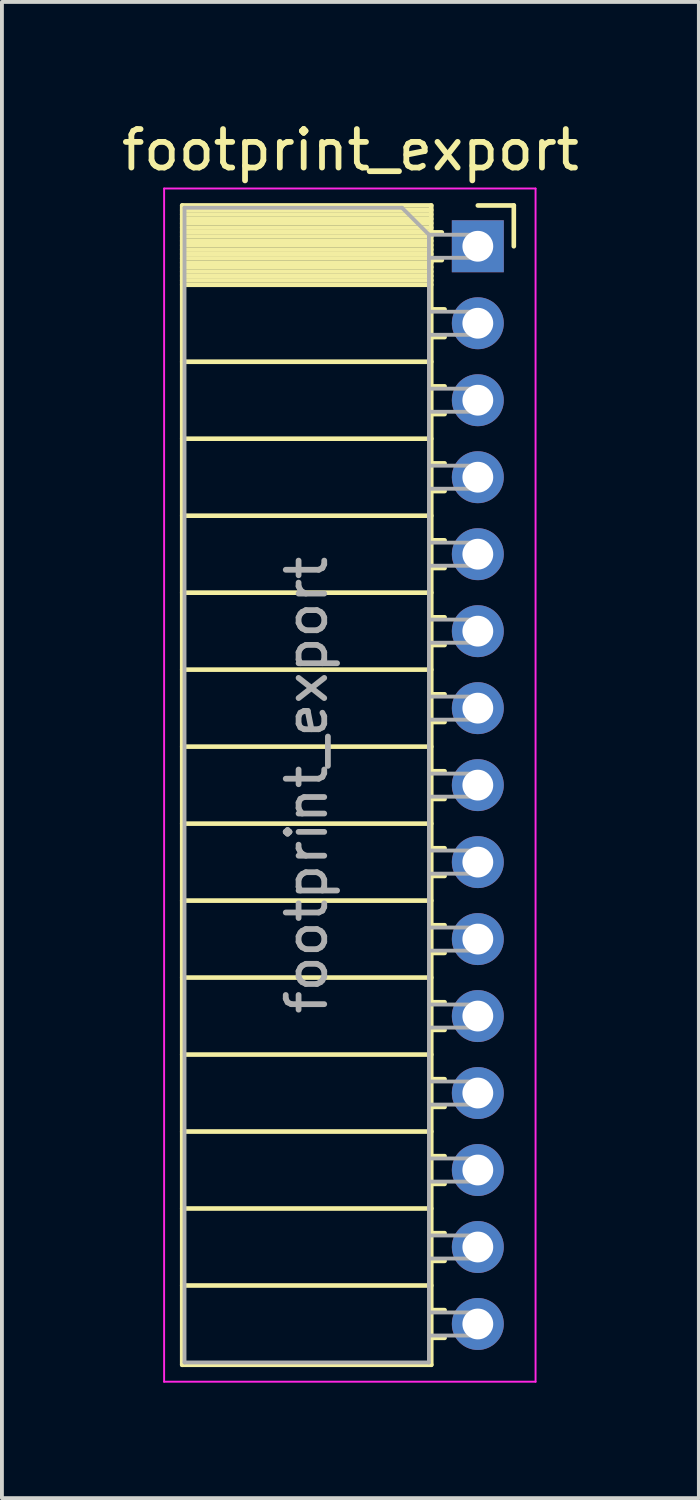
<source format=kicad_pcb>
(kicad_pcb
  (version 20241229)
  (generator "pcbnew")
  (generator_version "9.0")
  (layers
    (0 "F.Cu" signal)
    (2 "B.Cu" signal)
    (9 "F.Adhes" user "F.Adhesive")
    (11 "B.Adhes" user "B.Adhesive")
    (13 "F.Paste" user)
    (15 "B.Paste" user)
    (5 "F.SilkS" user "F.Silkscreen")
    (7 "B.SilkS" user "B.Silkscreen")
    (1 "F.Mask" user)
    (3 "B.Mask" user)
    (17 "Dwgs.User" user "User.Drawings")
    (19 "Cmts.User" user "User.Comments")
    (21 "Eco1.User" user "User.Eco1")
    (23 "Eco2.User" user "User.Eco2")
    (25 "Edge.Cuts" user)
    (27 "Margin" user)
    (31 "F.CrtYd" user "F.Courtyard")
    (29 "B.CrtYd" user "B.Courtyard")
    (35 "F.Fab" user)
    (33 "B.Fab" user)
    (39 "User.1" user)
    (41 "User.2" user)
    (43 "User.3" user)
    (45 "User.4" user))
  (footprint "footprint_export"
    (layer "F.Cu")
    (at 9.364 3.348)
    (property "Reference" "footprint_export" (at -3.31 -2.5 0) (layer "F.SilkS") (effects (font (size 1 1) (thickness 0.15))))
    (attr through_hole)
    (fp_line (start -7.68 -1.06) (end -7.68 29.06) (stroke (width 0.12) (type solid)) (layer "F.SilkS"))
    (fp_line (start -7.68 -1.06) (end -1.21 -1.06) (stroke (width 0.12) (type solid)) (layer "F.SilkS"))
    (fp_line (start -7.68 -0.94) (end -1.21 -0.94) (stroke (width 0.12) (type solid)) (layer "F.SilkS"))
    (fp_line (start -7.68 -0.826) (end -1.21 -0.826) (stroke (width 0.12) (type solid)) (layer "F.SilkS"))
    (fp_line (start -7.68 -0.712) (end -1.21 -0.712) (stroke (width 0.12) (type solid)) (layer "F.SilkS"))
    (fp_line (start -7.68 -0.598) (end -1.21 -0.598) (stroke (width 0.12) (type solid)) (layer "F.SilkS"))
    (fp_line (start -7.68 -0.484) (end -1.21 -0.484) (stroke (width 0.12) (type solid)) (layer "F.SilkS"))
    (fp_line (start -7.68 -0.369) (end -1.21 -0.369) (stroke (width 0.12) (type solid)) (layer "F.SilkS"))
    (fp_line (start -7.68 -0.255) (end -1.21 -0.255) (stroke (width 0.12) (type solid)) (layer "F.SilkS"))
    (fp_line (start -7.68 -0.141) (end -1.21 -0.141) (stroke (width 0.12) (type solid)) (layer "F.SilkS"))
    (fp_line (start -7.68 -0.027) (end -1.21 -0.027) (stroke (width 0.12) (type solid)) (layer "F.SilkS"))
    (fp_line (start -7.68 0.087) (end -1.21 0.087) (stroke (width 0.12) (type solid)) (layer "F.SilkS"))
    (fp_line (start -7.68 0.201) (end -1.21 0.201) (stroke (width 0.12) (type solid)) (layer "F.SilkS"))
    (fp_line (start -7.68 0.315) (end -1.21 0.315) (stroke (width 0.12) (type solid)) (layer "F.SilkS"))
    (fp_line (start -7.68 0.429) (end -1.21 0.429) (stroke (width 0.12) (type solid)) (layer "F.SilkS"))
    (fp_line (start -7.68 0.544) (end -1.21 0.544) (stroke (width 0.12) (type solid)) (layer "F.SilkS"))
    (fp_line (start -7.68 0.658) (end -1.21 0.658) (stroke (width 0.12) (type solid)) (layer "F.SilkS"))
    (fp_line (start -7.68 0.772) (end -1.21 0.772) (stroke (width 0.12) (type solid)) (layer "F.SilkS"))
    (fp_line (start -7.68 0.886) (end -1.21 0.886) (stroke (width 0.12) (type solid)) (layer "F.SilkS"))
    (fp_line (start -7.68 1) (end -1.21 1) (stroke (width 0.12) (type solid)) (layer "F.SilkS"))
    (fp_line (start -7.68 3) (end -1.21 3) (stroke (width 0.12) (type solid)) (layer "F.SilkS"))
    (fp_line (start -7.68 5) (end -1.21 5) (stroke (width 0.12) (type solid)) (layer "F.SilkS"))
    (fp_line (start -7.68 7) (end -1.21 7) (stroke (width 0.12) (type solid)) (layer "F.SilkS"))
    (fp_line (start -7.68 9) (end -1.21 9) (stroke (width 0.12) (type solid)) (layer "F.SilkS"))
    (fp_line (start -7.68 11) (end -1.21 11) (stroke (width 0.12) (type solid)) (layer "F.SilkS"))
    (fp_line (start -7.68 13) (end -1.21 13) (stroke (width 0.12) (type solid)) (layer "F.SilkS"))
    (fp_line (start -7.68 15) (end -1.21 15) (stroke (width 0.12) (type solid)) (layer "F.SilkS"))
    (fp_line (start -7.68 17) (end -1.21 17) (stroke (width 0.12) (type solid)) (layer "F.SilkS"))
    (fp_line (start -7.68 19) (end -1.21 19) (stroke (width 0.12) (type solid)) (layer "F.SilkS"))
    (fp_line (start -7.68 21) (end -1.21 21) (stroke (width 0.12) (type solid)) (layer "F.SilkS"))
    (fp_line (start -7.68 23) (end -1.21 23) (stroke (width 0.12) (type solid)) (layer "F.SilkS"))
    (fp_line (start -7.68 25) (end -1.21 25) (stroke (width 0.12) (type solid)) (layer "F.SilkS"))
    (fp_line (start -7.68 27) (end -1.21 27) (stroke (width 0.12) (type solid)) (layer "F.SilkS"))
    (fp_line (start -7.68 29.06) (end -1.21 29.06) (stroke (width 0.12) (type solid)) (layer "F.SilkS"))
    (fp_line (start -1.21 -1.06) (end -1.21 29.06) (stroke (width 0.12) (type solid)) (layer "F.SilkS"))
    (fp_line (start -1.21 -0.36) (end -0.935 -0.36) (stroke (width 0.12) (type solid)) (layer "F.SilkS"))
    (fp_line (start -1.21 0.36) (end -0.935 0.36) (stroke (width 0.12) (type solid)) (layer "F.SilkS"))
    (fp_line (start -1.21 1.64) (end -0.863 1.64) (stroke (width 0.12) (type solid)) (layer "F.SilkS"))
    (fp_line (start -1.21 2.36) (end -0.863 2.36) (stroke (width 0.12) (type solid)) (layer "F.SilkS"))
    (fp_line (start -1.21 3.64) (end -0.863 3.64) (stroke (width 0.12) (type solid)) (layer "F.SilkS"))
    (fp_line (start -1.21 4.36) (end -0.863 4.36) (stroke (width 0.12) (type solid)) (layer "F.SilkS"))
    (fp_line (start -1.21 5.64) (end -0.863 5.64) (stroke (width 0.12) (type solid)) (layer "F.SilkS"))
    (fp_line (start -1.21 6.36) (end -0.863 6.36) (stroke (width 0.12) (type solid)) (layer "F.SilkS"))
    (fp_line (start -1.21 7.64) (end -0.863 7.64) (stroke (width 0.12) (type solid)) (layer "F.SilkS"))
    (fp_line (start -1.21 8.36) (end -0.863 8.36) (stroke (width 0.12) (type solid)) (layer "F.SilkS"))
    (fp_line (start -1.21 9.64) (end -0.863 9.64) (stroke (width 0.12) (type solid)) (layer "F.SilkS"))
    (fp_line (start -1.21 10.36) (end -0.863 10.36) (stroke (width 0.12) (type solid)) (layer "F.SilkS"))
    (fp_line (start -1.21 11.64) (end -0.863 11.64) (stroke (width 0.12) (type solid)) (layer "F.SilkS"))
    (fp_line (start -1.21 12.36) (end -0.863 12.36) (stroke (width 0.12) (type solid)) (layer "F.SilkS"))
    (fp_line (start -1.21 13.64) (end -0.863 13.64) (stroke (width 0.12) (type solid)) (layer "F.SilkS"))
    (fp_line (start -1.21 14.36) (end -0.863 14.36) (stroke (width 0.12) (type solid)) (layer "F.SilkS"))
    (fp_line (start -1.21 15.64) (end -0.863 15.64) (stroke (width 0.12) (type solid)) (layer "F.SilkS"))
    (fp_line (start -1.21 16.36) (end -0.863 16.36) (stroke (width 0.12) (type solid)) (layer "F.SilkS"))
    (fp_line (start -1.21 17.64) (end -0.863 17.64) (stroke (width 0.12) (type solid)) (layer "F.SilkS"))
    (fp_line (start -1.21 18.36) (end -0.863 18.36) (stroke (width 0.12) (type solid)) (layer "F.SilkS"))
    (fp_line (start -1.21 19.64) (end -0.863 19.64) (stroke (width 0.12) (type solid)) (layer "F.SilkS"))
    (fp_line (start -1.21 20.36) (end -0.863 20.36) (stroke (width 0.12) (type solid)) (layer "F.SilkS"))
    (fp_line (start -1.21 21.64) (end -0.863 21.64) (stroke (width 0.12) (type solid)) (layer "F.SilkS"))
    (fp_line (start -1.21 22.36) (end -0.863 22.36) (stroke (width 0.12) (type solid)) (layer "F.SilkS"))
    (fp_line (start -1.21 23.64) (end -0.863 23.64) (stroke (width 0.12) (type solid)) (layer "F.SilkS"))
    (fp_line (start -1.21 24.36) (end -0.863 24.36) (stroke (width 0.12) (type solid)) (layer "F.SilkS"))
    (fp_line (start -1.21 25.64) (end -0.863 25.64) (stroke (width 0.12) (type solid)) (layer "F.SilkS"))
    (fp_line (start -1.21 26.36) (end -0.863 26.36) (stroke (width 0.12) (type solid)) (layer "F.SilkS"))
    (fp_line (start -1.21 27.64) (end -0.863 27.64) (stroke (width 0.12) (type solid)) (layer "F.SilkS"))
    (fp_line (start -1.21 28.36) (end -0.863 28.36) (stroke (width 0.12) (type solid)) (layer "F.SilkS"))
    (fp_line (start 0 -1.06) (end 0.935 -1.06) (stroke (width 0.12) (type solid)) (layer "F.SilkS"))
    (fp_line (start 0.935 -1.06) (end 0.935 0) (stroke (width 0.12) (type solid)) (layer "F.SilkS"))
    (fp_line (start -8.15 -1.5) (end -8.15 29.5) (stroke (width 0.05) (type solid)) (layer "F.CrtYd"))
    (fp_line (start -8.15 29.5) (end 1.5 29.5) (stroke (width 0.05) (type solid)) (layer "F.CrtYd"))
    (fp_line (start 1.5 -1.5) (end -8.15 -1.5) (stroke (width 0.05) (type solid)) (layer "F.CrtYd"))
    (fp_line (start 1.5 29.5) (end 1.5 -1.5) (stroke (width 0.05) (type solid)) (layer "F.CrtYd"))
    (fp_line (start -7.62 -1) (end -1.97 -1) (stroke (width 0.1) (type solid)) (layer "F.Fab"))
    (fp_line (start -7.62 29) (end -7.62 -1) (stroke (width 0.1) (type solid)) (layer "F.Fab"))
    (fp_line (start -1.97 -1) (end -1.27 -0.3) (stroke (width 0.1) (type solid)) (layer "F.Fab"))
    (fp_line (start -1.27 -0.3) (end -1.27 29) (stroke (width 0.1) (type solid)) (layer "F.Fab"))
    (fp_line (start -1.27 0.3) (end 0 0.3) (stroke (width 0.1) (type solid)) (layer "F.Fab"))
    (fp_line (start -1.27 2.3) (end 0 2.3) (stroke (width 0.1) (type solid)) (layer "F.Fab"))
    (fp_line (start -1.27 4.3) (end 0 4.3) (stroke (width 0.1) (type solid)) (layer "F.Fab"))
    (fp_line (start -1.27 6.3) (end 0 6.3) (stroke (width 0.1) (type solid)) (layer "F.Fab"))
    (fp_line (start -1.27 8.3) (end 0 8.3) (stroke (width 0.1) (type solid)) (layer "F.Fab"))
    (fp_line (start -1.27 10.3) (end 0 10.3) (stroke (width 0.1) (type solid)) (layer "F.Fab"))
    (fp_line (start -1.27 12.3) (end 0 12.3) (stroke (width 0.1) (type solid)) (layer "F.Fab"))
    (fp_line (start -1.27 14.3) (end 0 14.3) (stroke (width 0.1) (type solid)) (layer "F.Fab"))
    (fp_line (start -1.27 16.3) (end 0 16.3) (stroke (width 0.1) (type solid)) (layer "F.Fab"))
    (fp_line (start -1.27 18.3) (end 0 18.3) (stroke (width 0.1) (type solid)) (layer "F.Fab"))
    (fp_line (start -1.27 20.3) (end 0 20.3) (stroke (width 0.1) (type solid)) (layer "F.Fab"))
    (fp_line (start -1.27 22.3) (end 0 22.3) (stroke (width 0.1) (type solid)) (layer "F.Fab"))
    (fp_line (start -1.27 24.3) (end 0 24.3) (stroke (width 0.1) (type solid)) (layer "F.Fab"))
    (fp_line (start -1.27 26.3) (end 0 26.3) (stroke (width 0.1) (type solid)) (layer "F.Fab"))
    (fp_line (start -1.27 28.3) (end 0 28.3) (stroke (width 0.1) (type solid)) (layer "F.Fab"))
    (fp_line (start -1.27 29) (end -7.62 29) (stroke (width 0.1) (type solid)) (layer "F.Fab"))
    (fp_line (start 0 -0.3) (end -1.27 -0.3) (stroke (width 0.1) (type solid)) (layer "F.Fab"))
    (fp_line (start 0 0.3) (end 0 -0.3) (stroke (width 0.1) (type solid)) (layer "F.Fab"))
    (fp_line (start 0 1.7) (end -1.27 1.7) (stroke (width 0.1) (type solid)) (layer "F.Fab"))
    (fp_line (start 0 2.3) (end 0 1.7) (stroke (width 0.1) (type solid)) (layer "F.Fab"))
    (fp_line (start 0 3.7) (end -1.27 3.7) (stroke (width 0.1) (type solid)) (layer "F.Fab"))
    (fp_line (start 0 4.3) (end 0 3.7) (stroke (width 0.1) (type solid)) (layer "F.Fab"))
    (fp_line (start 0 5.7) (end -1.27 5.7) (stroke (width 0.1) (type solid)) (layer "F.Fab"))
    (fp_line (start 0 6.3) (end 0 5.7) (stroke (width 0.1) (type solid)) (layer "F.Fab"))
    (fp_line (start 0 7.7) (end -1.27 7.7) (stroke (width 0.1) (type solid)) (layer "F.Fab"))
    (fp_line (start 0 8.3) (end 0 7.7) (stroke (width 0.1) (type solid)) (layer "F.Fab"))
    (fp_line (start 0 9.7) (end -1.27 9.7) (stroke (width 0.1) (type solid)) (layer "F.Fab"))
    (fp_line (start 0 10.3) (end 0 9.7) (stroke (width 0.1) (type solid)) (layer "F.Fab"))
    (fp_line (start 0 11.7) (end -1.27 11.7) (stroke (width 0.1) (type solid)) (layer "F.Fab"))
    (fp_line (start 0 12.3) (end 0 11.7) (stroke (width 0.1) (type solid)) (layer "F.Fab"))
    (fp_line (start 0 13.7) (end -1.27 13.7) (stroke (width 0.1) (type solid)) (layer "F.Fab"))
    (fp_line (start 0 14.3) (end 0 13.7) (stroke (width 0.1) (type solid)) (layer "F.Fab"))
    (fp_line (start 0 15.7) (end -1.27 15.7) (stroke (width 0.1) (type solid)) (layer "F.Fab"))
    (fp_line (start 0 16.3) (end 0 15.7) (stroke (width 0.1) (type solid)) (layer "F.Fab"))
    (fp_line (start 0 17.7) (end -1.27 17.7) (stroke (width 0.1) (type solid)) (layer "F.Fab"))
    (fp_line (start 0 18.3) (end 0 17.7) (stroke (width 0.1) (type solid)) (layer "F.Fab"))
    (fp_line (start 0 19.7) (end -1.27 19.7) (stroke (width 0.1) (type solid)) (layer "F.Fab"))
    (fp_line (start 0 20.3) (end 0 19.7) (stroke (width 0.1) (type solid)) (layer "F.Fab"))
    (fp_line (start 0 21.7) (end -1.27 21.7) (stroke (width 0.1) (type solid)) (layer "F.Fab"))
    (fp_line (start 0 22.3) (end 0 21.7) (stroke (width 0.1) (type solid)) (layer "F.Fab"))
    (fp_line (start 0 23.7) (end -1.27 23.7) (stroke (width 0.1) (type solid)) (layer "F.Fab"))
    (fp_line (start 0 24.3) (end 0 23.7) (stroke (width 0.1) (type solid)) (layer "F.Fab"))
    (fp_line (start 0 25.7) (end -1.27 25.7) (stroke (width 0.1) (type solid)) (layer "F.Fab"))
    (fp_line (start 0 26.3) (end 0 25.7) (stroke (width 0.1) (type solid)) (layer "F.Fab"))
    (fp_line (start 0 27.7) (end -1.27 27.7) (stroke (width 0.1) (type solid)) (layer "F.Fab"))
    (fp_line (start 0 28.3) (end 0 27.7) (stroke (width 0.1) (type solid)) (layer "F.Fab"))
    (fp_text user "${REFERENCE}" (at -4.445 14 90) (layer "F.Fab") (effects (font (size 1 1) (thickness 0.15))))
    (pad "1" thru_hole rect (at 0 0) (size 1.35 1.35) (drill 0.8) (layers "*.Cu" "*.Mask"))
    (pad "2" thru_hole oval (at 0 2) (size 1.35 1.35) (drill 0.8) (layers "*.Cu" "*.Mask"))
    (pad "3" thru_hole oval (at 0 4) (size 1.35 1.35) (drill 0.8) (layers "*.Cu" "*.Mask"))
    (pad "4" thru_hole oval (at 0 6) (size 1.35 1.35) (drill 0.8) (layers "*.Cu" "*.Mask"))
    (pad "5" thru_hole oval (at 0 8) (size 1.35 1.35) (drill 0.8) (layers "*.Cu" "*.Mask"))
    (pad "6" thru_hole oval (at 0 10) (size 1.35 1.35) (drill 0.8) (layers "*.Cu" "*.Mask"))
    (pad "7" thru_hole oval (at 0 12) (size 1.35 1.35) (drill 0.8) (layers "*.Cu" "*.Mask"))
    (pad "8" thru_hole oval (at 0 14) (size 1.35 1.35) (drill 0.8) (layers "*.Cu" "*.Mask"))
    (pad "9" thru_hole oval (at 0 16) (size 1.35 1.35) (drill 0.8) (layers "*.Cu" "*.Mask"))
    (pad "10" thru_hole oval (at 0 18) (size 1.35 1.35) (drill 0.8) (layers "*.Cu" "*.Mask"))
    (pad "11" thru_hole oval (at 0 20) (size 1.35 1.35) (drill 0.8) (layers "*.Cu" "*.Mask"))
    (pad "12" thru_hole oval (at 0 22) (size 1.35 1.35) (drill 0.8) (layers "*.Cu" "*.Mask"))
    (pad "13" thru_hole oval (at 0 24) (size 1.35 1.35) (drill 0.8) (layers "*.Cu" "*.Mask"))
    (pad "14" thru_hole oval (at 0 26) (size 1.35 1.35) (drill 0.8) (layers "*.Cu" "*.Mask"))
    (pad "15" thru_hole oval (at 0 28) (size 1.35 1.35) (drill 0.8) (layers "*.Cu" "*.Mask")))
  (gr_rect
    (start -3 -3)
    (end 15.107 35.873)
    (stroke (width 0.1) (type default))
    (fill no)
    (layer "Edge.Cuts")))
</source>
